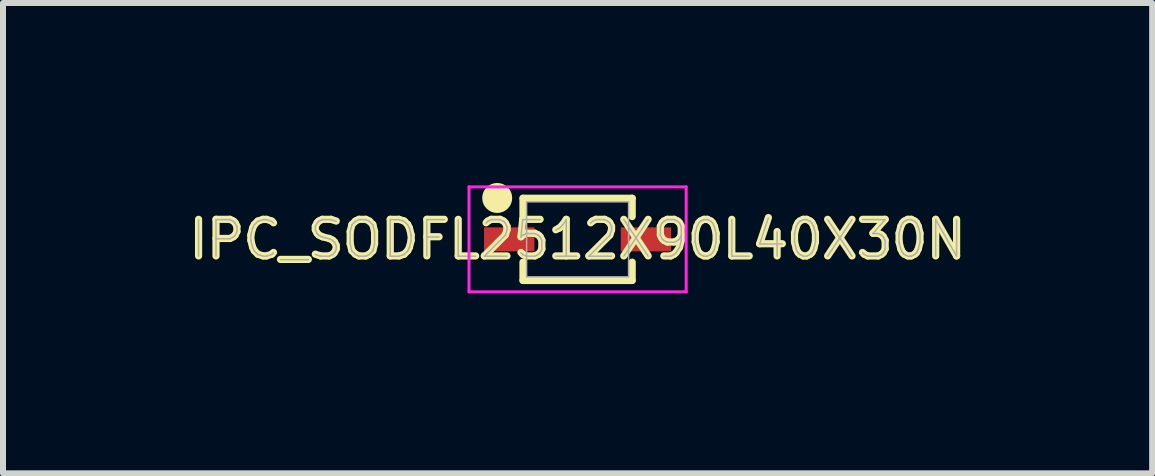
<source format=kicad_pcb>
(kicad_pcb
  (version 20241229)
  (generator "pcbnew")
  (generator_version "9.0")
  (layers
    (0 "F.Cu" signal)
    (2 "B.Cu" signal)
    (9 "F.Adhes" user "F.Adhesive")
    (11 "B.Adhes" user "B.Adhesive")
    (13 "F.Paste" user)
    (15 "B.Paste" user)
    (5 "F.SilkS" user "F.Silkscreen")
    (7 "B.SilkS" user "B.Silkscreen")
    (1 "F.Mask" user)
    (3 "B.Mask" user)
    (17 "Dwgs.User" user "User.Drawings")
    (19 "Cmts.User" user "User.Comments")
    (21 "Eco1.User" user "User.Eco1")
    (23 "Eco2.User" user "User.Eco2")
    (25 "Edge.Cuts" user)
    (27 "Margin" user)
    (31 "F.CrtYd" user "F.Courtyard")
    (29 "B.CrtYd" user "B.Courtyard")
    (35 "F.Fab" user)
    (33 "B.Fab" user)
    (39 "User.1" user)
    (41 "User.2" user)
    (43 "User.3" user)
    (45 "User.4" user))
  (footprint "IPC_SODFL2512X90L40X30N"
    (layer "F.Cu")
    (at 6.578 0.94)
    (property "Reference" "IPC_SODFL2512X90L40X30N" (at 0 0 0) (layer "F.SilkS") (effects (font (size 0.61 0.61) (thickness 0.12))))
    (attr smd)
    (fp_line (start -0.91 -0.685) (end -0.91 -0.38) (stroke (width 0.12) (type solid)) (layer "F.SilkS"))
    (fp_line (start -0.91 0.38) (end -0.91 0.685) (stroke (width 0.12) (type solid)) (layer "F.SilkS"))
    (fp_line (start -0.91 0.685) (end 0.91 0.685) (stroke (width 0.12) (type solid)) (layer "F.SilkS"))
    (fp_line (start 0.91 -0.685) (end -0.91 -0.685) (stroke (width 0.12) (type solid)) (layer "F.SilkS"))
    (fp_line (start 0.91 -0.38) (end 0.91 -0.685) (stroke (width 0.12) (type solid)) (layer "F.SilkS"))
    (fp_line (start 0.91 0.685) (end 0.91 0.38) (stroke (width 0.12) (type solid)) (layer "F.SilkS"))
    (fp_circle (center -1.34 -0.69) (end -1.215 -0.69) (stroke (width 0.25) (type solid)) (fill no) (layer "F.SilkS"))
    (fp_line (start -1.81 -0.875) (end 1.81 -0.875) (stroke (width 0.05) (type solid)) (layer "F.CrtYd"))
    (fp_line (start -1.81 0.875) (end -1.81 -0.875) (stroke (width 0.05) (type solid)) (layer "F.CrtYd"))
    (fp_line (start 1.81 -0.875) (end 1.81 0.875) (stroke (width 0.05) (type solid)) (layer "F.CrtYd"))
    (fp_line (start 1.81 0.875) (end -1.81 0.875) (stroke (width 0.05) (type solid)) (layer "F.CrtYd"))
    (fp_line (start -0.85 -0.625) (end 0.85 -0.625) (stroke (width 0.025) (type solid)) (layer "F.Fab"))
    (fp_line (start -0.85 0.625) (end -0.85 -0.625) (stroke (width 0.025) (type solid)) (layer "F.Fab"))
    (fp_line (start 0.85 -0.625) (end 0.85 0.625) (stroke (width 0.025) (type solid)) (layer "F.Fab"))
    (fp_line (start 0.85 0.625) (end -0.85 0.625) (stroke (width 0.025) (type solid)) (layer "F.Fab"))
    (fp_text user "${REFERENCE}" (at 0 0 0) (layer "F.Fab") (effects (font (size 0.61 0.61) (thickness 0.025))))
    (pad "A" smd rect (at 1.14 0) (size 0.84 0.4) (layers "F.Cu" "F.Mask" "F.Paste"))
    (pad "C" smd rect (at -1.14 0) (size 0.84 0.4) (layers "F.Cu" "F.Mask" "F.Paste")))
  (gr_rect
    (start -3 -3)
    (end 16.156 4.84)
    (stroke (width 0.1) (type default))
    (fill no)
    (layer "Edge.Cuts")))
</source>
